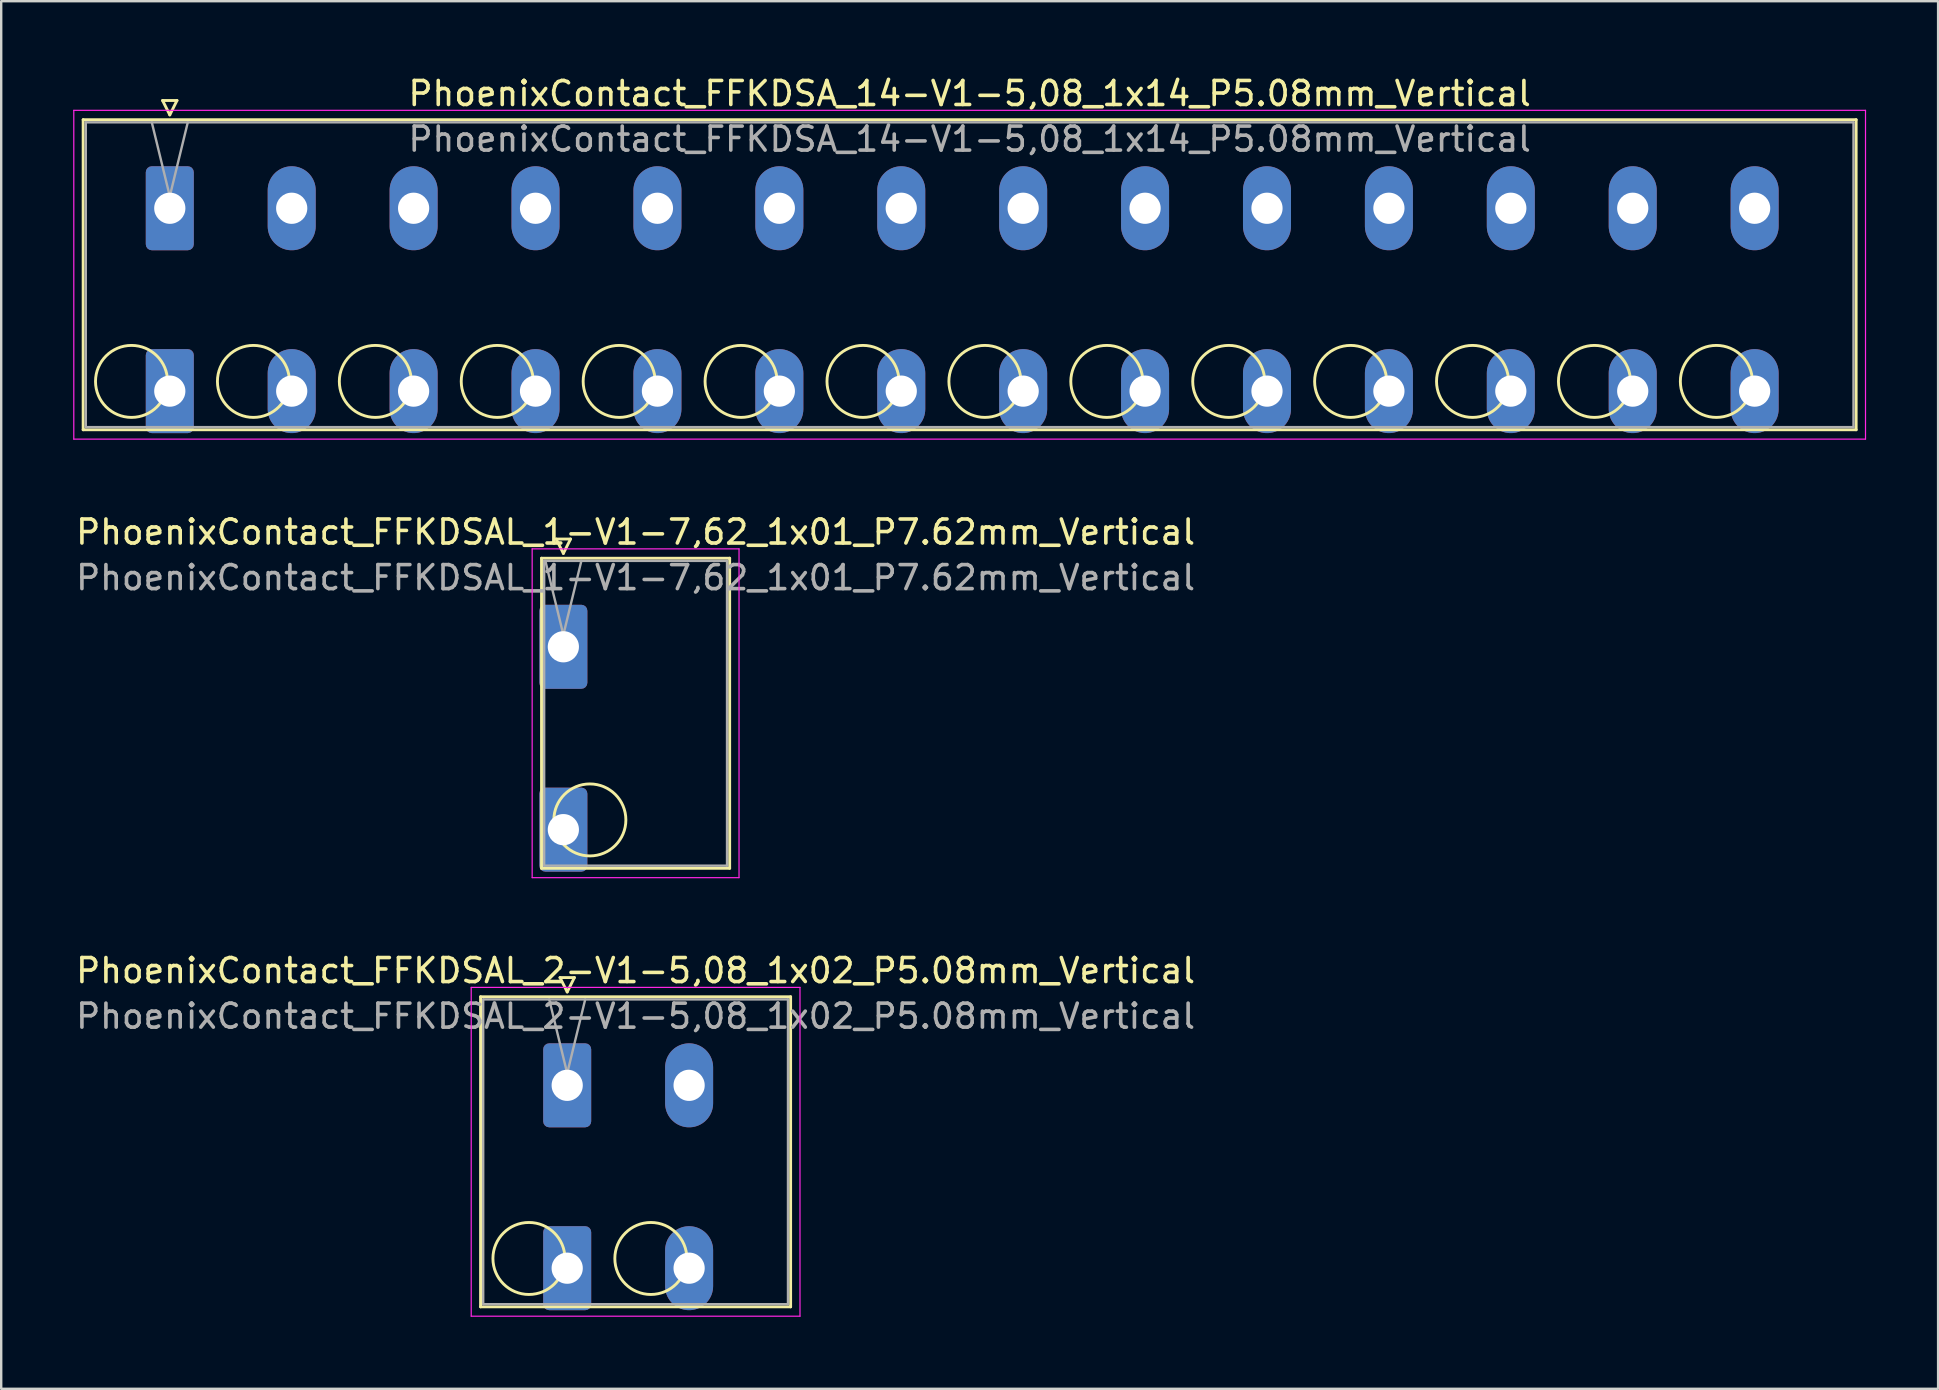
<source format=kicad_pcb>
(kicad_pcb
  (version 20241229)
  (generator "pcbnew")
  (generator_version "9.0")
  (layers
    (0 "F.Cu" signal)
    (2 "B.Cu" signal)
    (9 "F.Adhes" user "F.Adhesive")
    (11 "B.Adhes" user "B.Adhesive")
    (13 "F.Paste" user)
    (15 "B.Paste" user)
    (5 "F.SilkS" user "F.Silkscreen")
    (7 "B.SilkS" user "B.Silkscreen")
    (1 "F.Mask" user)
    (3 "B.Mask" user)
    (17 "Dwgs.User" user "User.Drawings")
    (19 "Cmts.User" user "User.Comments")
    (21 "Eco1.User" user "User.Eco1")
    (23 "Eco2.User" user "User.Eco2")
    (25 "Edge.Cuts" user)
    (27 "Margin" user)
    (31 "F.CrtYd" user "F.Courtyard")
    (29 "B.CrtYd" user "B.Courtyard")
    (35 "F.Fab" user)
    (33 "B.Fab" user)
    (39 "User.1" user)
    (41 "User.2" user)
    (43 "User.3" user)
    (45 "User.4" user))
  (footprint "PhoenixContact_FFKDSAL_1-V1-7,62_1x01_P7.62mm_Vertical"
    (layer "F.Cu")
    (at 20.425 23.901)
    (property "Reference" "PhoenixContact_FFKDSAL_1-V1-7,62_1x01_P7.62mm_Vertical" (at 3.01 -4.78 0) (layer "F.SilkS") (effects (font (size 1 1) (thickness 0.15))))
    (attr through_hole)
    (fp_line (start -0.91 -3.69) (end -0.91 9.23) (stroke (width 0.12) (type solid)) (layer "F.SilkS"))
    (fp_line (start -0.91 9.23) (end 6.93 9.23) (stroke (width 0.12) (type solid)) (layer "F.SilkS"))
    (fp_line (start -0.3 -4.49) (end 0.3 -4.49) (stroke (width 0.12) (type solid)) (layer "F.SilkS"))
    (fp_line (start 0 -3.89) (end -0.3 -4.49) (stroke (width 0.12) (type solid)) (layer "F.SilkS"))
    (fp_line (start 0.3 -4.49) (end 0 -3.89) (stroke (width 0.12) (type solid)) (layer "F.SilkS"))
    (fp_line (start 6.93 -3.69) (end -0.91 -3.69) (stroke (width 0.12) (type solid)) (layer "F.SilkS"))
    (fp_line (start 6.93 9.23) (end 6.93 -3.69) (stroke (width 0.12) (type solid)) (layer "F.SilkS"))
    (fp_circle (center 1.105 7.215) (end 2.605 7.215) (stroke (width 0.12) (type solid)) (fill no) (layer "F.SilkS"))
    (fp_line (start -1.3 -4.08) (end -1.3 9.62) (stroke (width 0.05) (type solid)) (layer "F.CrtYd"))
    (fp_line (start -1.3 9.62) (end 7.32 9.62) (stroke (width 0.05) (type solid)) (layer "F.CrtYd"))
    (fp_line (start 7.32 -4.08) (end -1.3 -4.08) (stroke (width 0.05) (type solid)) (layer "F.CrtYd"))
    (fp_line (start 7.32 9.62) (end 7.32 -4.08) (stroke (width 0.05) (type solid)) (layer "F.CrtYd"))
    (fp_line (start -0.8 -3.58) (end -0.8 9.12) (stroke (width 0.1) (type solid)) (layer "F.Fab"))
    (fp_line (start -0.8 9.12) (end 6.82 9.12) (stroke (width 0.1) (type solid)) (layer "F.Fab"))
    (fp_line (start 0 -0.5) (end -0.75 -3.58) (stroke (width 0.1) (type solid)) (layer "F.Fab"))
    (fp_line (start 0.75 -3.58) (end 0 -0.5) (stroke (width 0.1) (type solid)) (layer "F.Fab"))
    (fp_line (start 6.82 -3.58) (end -0.8 -3.58) (stroke (width 0.1) (type solid)) (layer "F.Fab"))
    (fp_line (start 6.82 9.12) (end 6.82 -3.58) (stroke (width 0.1) (type solid)) (layer "F.Fab"))
    (fp_text user "${REFERENCE}" (at 3.01 -2.88 0) (layer "F.Fab") (effects (font (size 1 1) (thickness 0.15))))
    (pad "1" thru_hole roundrect (at 0 0) (size 2 3.5) (drill 1.3) (layers "*.Cu" "*.Mask") (roundrect_rratio 0.125))
    (pad "1" thru_hole roundrect (at 0 7.62) (size 2 3.5) (drill 1.3) (layers "*.Cu" "*.Mask") (roundrect_rratio 0.125)))
  (footprint "PhoenixContact_FFKDSA_14-V1-5,08_1x14_P5.08mm_Vertical"
    (layer "F.Cu")
    (at 4.025 5.628)
    (property "Reference" "PhoenixContact_FFKDSA_14-V1-5,08_1x14_P5.08mm_Vertical" (at 33.33 -4.78 0) (layer "F.SilkS") (effects (font (size 1 1) (thickness 0.15))))
    (attr through_hole)
    (fp_line (start -3.61 -3.69) (end -3.61 9.23) (stroke (width 0.12) (type solid)) (layer "F.SilkS"))
    (fp_line (start -3.61 9.23) (end 70.27 9.23) (stroke (width 0.12) (type solid)) (layer "F.SilkS"))
    (fp_line (start -0.3 -4.49) (end 0.3 -4.49) (stroke (width 0.12) (type solid)) (layer "F.SilkS"))
    (fp_line (start 0 -3.89) (end -0.3 -4.49) (stroke (width 0.12) (type solid)) (layer "F.SilkS"))
    (fp_line (start 0.3 -4.49) (end 0 -3.89) (stroke (width 0.12) (type solid)) (layer "F.SilkS"))
    (fp_line (start 70.27 -3.69) (end -3.61 -3.69) (stroke (width 0.12) (type solid)) (layer "F.SilkS"))
    (fp_line (start 70.27 9.23) (end 70.27 -3.69) (stroke (width 0.12) (type solid)) (layer "F.SilkS"))
    (fp_circle (center -1.595 7.215) (end -0.095 7.215) (stroke (width 0.12) (type solid)) (fill no) (layer "F.SilkS"))
    (fp_circle (center 3.485 7.215) (end 4.985 7.215) (stroke (width 0.12) (type solid)) (fill no) (layer "F.SilkS"))
    (fp_circle (center 8.565 7.215) (end 10.065 7.215) (stroke (width 0.12) (type solid)) (fill no) (layer "F.SilkS"))
    (fp_circle (center 13.645 7.215) (end 15.145 7.215) (stroke (width 0.12) (type solid)) (fill no) (layer "F.SilkS"))
    (fp_circle (center 18.725 7.215) (end 20.225 7.215) (stroke (width 0.12) (type solid)) (fill no) (layer "F.SilkS"))
    (fp_circle (center 23.805 7.215) (end 25.305 7.215) (stroke (width 0.12) (type solid)) (fill no) (layer "F.SilkS"))
    (fp_circle (center 28.885 7.215) (end 30.385 7.215) (stroke (width 0.12) (type solid)) (fill no) (layer "F.SilkS"))
    (fp_circle (center 33.965 7.215) (end 35.465 7.215) (stroke (width 0.12) (type solid)) (fill no) (layer "F.SilkS"))
    (fp_circle (center 39.045 7.215) (end 40.545 7.215) (stroke (width 0.12) (type solid)) (fill no) (layer "F.SilkS"))
    (fp_circle (center 44.125 7.215) (end 45.625 7.215) (stroke (width 0.12) (type solid)) (fill no) (layer "F.SilkS"))
    (fp_circle (center 49.205 7.215) (end 50.705 7.215) (stroke (width 0.12) (type solid)) (fill no) (layer "F.SilkS"))
    (fp_circle (center 54.285 7.215) (end 55.785 7.215) (stroke (width 0.12) (type solid)) (fill no) (layer "F.SilkS"))
    (fp_circle (center 59.365 7.215) (end 60.865 7.215) (stroke (width 0.12) (type solid)) (fill no) (layer "F.SilkS"))
    (fp_circle (center 64.445 7.215) (end 65.945 7.215) (stroke (width 0.12) (type solid)) (fill no) (layer "F.SilkS"))
    (fp_line (start -4 -4.08) (end -4 9.62) (stroke (width 0.05) (type solid)) (layer "F.CrtYd"))
    (fp_line (start -4 9.62) (end 70.66 9.62) (stroke (width 0.05) (type solid)) (layer "F.CrtYd"))
    (fp_line (start 70.66 -4.08) (end -4 -4.08) (stroke (width 0.05) (type solid)) (layer "F.CrtYd"))
    (fp_line (start 70.66 9.62) (end 70.66 -4.08) (stroke (width 0.05) (type solid)) (layer "F.CrtYd"))
    (fp_line (start -3.5 -3.58) (end -3.5 9.12) (stroke (width 0.1) (type solid)) (layer "F.Fab"))
    (fp_line (start -3.5 9.12) (end 70.16 9.12) (stroke (width 0.1) (type solid)) (layer "F.Fab"))
    (fp_line (start 0 -0.5) (end -0.75 -3.58) (stroke (width 0.1) (type solid)) (layer "F.Fab"))
    (fp_line (start 0.75 -3.58) (end 0 -0.5) (stroke (width 0.1) (type solid)) (layer "F.Fab"))
    (fp_line (start 70.16 -3.58) (end -3.5 -3.58) (stroke (width 0.1) (type solid)) (layer "F.Fab"))
    (fp_line (start 70.16 9.12) (end 70.16 -3.58) (stroke (width 0.1) (type solid)) (layer "F.Fab"))
    (fp_text user "${REFERENCE}" (at 33.33 -2.88 0) (layer "F.Fab") (effects (font (size 1 1) (thickness 0.15))))
    (pad "1" thru_hole roundrect (at 0 0) (size 2 3.5) (drill 1.3) (layers "*.Cu" "*.Mask") (roundrect_rratio 0.125))
    (pad "1" thru_hole roundrect (at 0 7.62) (size 2 3.5) (drill 1.3) (layers "*.Cu" "*.Mask") (roundrect_rratio 0.125))
    (pad "2" thru_hole oval (at 5.08 0) (size 2 3.5) (drill 1.3) (layers "*.Cu" "*.Mask"))
    (pad "2" thru_hole oval (at 5.08 7.62) (size 2 3.5) (drill 1.3) (layers "*.Cu" "*.Mask"))
    (pad "3" thru_hole oval (at 10.16 0) (size 2 3.5) (drill 1.3) (layers "*.Cu" "*.Mask"))
    (pad "3" thru_hole oval (at 10.16 7.62) (size 2 3.5) (drill 1.3) (layers "*.Cu" "*.Mask"))
    (pad "4" thru_hole oval (at 15.24 0) (size 2 3.5) (drill 1.3) (layers "*.Cu" "*.Mask"))
    (pad "4" thru_hole oval (at 15.24 7.62) (size 2 3.5) (drill 1.3) (layers "*.Cu" "*.Mask"))
    (pad "5" thru_hole oval (at 20.32 0) (size 2 3.5) (drill 1.3) (layers "*.Cu" "*.Mask"))
    (pad "5" thru_hole oval (at 20.32 7.62) (size 2 3.5) (drill 1.3) (layers "*.Cu" "*.Mask"))
    (pad "6" thru_hole oval (at 25.4 0) (size 2 3.5) (drill 1.3) (layers "*.Cu" "*.Mask"))
    (pad "6" thru_hole oval (at 25.4 7.62) (size 2 3.5) (drill 1.3) (layers "*.Cu" "*.Mask"))
    (pad "7" thru_hole oval (at 30.48 0) (size 2 3.5) (drill 1.3) (layers "*.Cu" "*.Mask"))
    (pad "7" thru_hole oval (at 30.48 7.62) (size 2 3.5) (drill 1.3) (layers "*.Cu" "*.Mask"))
    (pad "8" thru_hole oval (at 35.56 0) (size 2 3.5) (drill 1.3) (layers "*.Cu" "*.Mask"))
    (pad "8" thru_hole oval (at 35.56 7.62) (size 2 3.5) (drill 1.3) (layers "*.Cu" "*.Mask"))
    (pad "9" thru_hole oval (at 40.64 0) (size 2 3.5) (drill 1.3) (layers "*.Cu" "*.Mask"))
    (pad "9" thru_hole oval (at 40.64 7.62) (size 2 3.5) (drill 1.3) (layers "*.Cu" "*.Mask"))
    (pad "10" thru_hole oval (at 45.72 0) (size 2 3.5) (drill 1.3) (layers "*.Cu" "*.Mask"))
    (pad "10" thru_hole oval (at 45.72 7.62) (size 2 3.5) (drill 1.3) (layers "*.Cu" "*.Mask"))
    (pad "11" thru_hole oval (at 50.8 0) (size 2 3.5) (drill 1.3) (layers "*.Cu" "*.Mask"))
    (pad "11" thru_hole oval (at 50.8 7.62) (size 2 3.5) (drill 1.3) (layers "*.Cu" "*.Mask"))
    (pad "12" thru_hole oval (at 55.88 0) (size 2 3.5) (drill 1.3) (layers "*.Cu" "*.Mask"))
    (pad "12" thru_hole oval (at 55.88 7.62) (size 2 3.5) (drill 1.3) (layers "*.Cu" "*.Mask"))
    (pad "13" thru_hole oval (at 60.96 0) (size 2 3.5) (drill 1.3) (layers "*.Cu" "*.Mask"))
    (pad "13" thru_hole oval (at 60.96 7.62) (size 2 3.5) (drill 1.3) (layers "*.Cu" "*.Mask"))
    (pad "14" thru_hole oval (at 66.04 0) (size 2 3.5) (drill 1.3) (layers "*.Cu" "*.Mask"))
    (pad "14" thru_hole oval (at 66.04 7.62) (size 2 3.5) (drill 1.3) (layers "*.Cu" "*.Mask")))
  (footprint "PhoenixContact_FFKDSAL_2-V1-5,08_1x02_P5.08mm_Vertical"
    (layer "F.Cu")
    (at 20.585 42.175)
    (property "Reference" "PhoenixContact_FFKDSAL_2-V1-5,08_1x02_P5.08mm_Vertical" (at 2.85 -4.78 0) (layer "F.SilkS") (effects (font (size 1 1) (thickness 0.15))))
    (attr through_hole)
    (fp_line (start -3.61 -3.69) (end -3.61 9.23) (stroke (width 0.12) (type solid)) (layer "F.SilkS"))
    (fp_line (start -3.61 9.23) (end 9.31 9.23) (stroke (width 0.12) (type solid)) (layer "F.SilkS"))
    (fp_line (start -0.3 -4.49) (end 0.3 -4.49) (stroke (width 0.12) (type solid)) (layer "F.SilkS"))
    (fp_line (start 0 -3.89) (end -0.3 -4.49) (stroke (width 0.12) (type solid)) (layer "F.SilkS"))
    (fp_line (start 0.3 -4.49) (end 0 -3.89) (stroke (width 0.12) (type solid)) (layer "F.SilkS"))
    (fp_line (start 9.31 -3.69) (end -3.61 -3.69) (stroke (width 0.12) (type solid)) (layer "F.SilkS"))
    (fp_line (start 9.31 9.23) (end 9.31 -3.69) (stroke (width 0.12) (type solid)) (layer "F.SilkS"))
    (fp_circle (center -1.595 7.215) (end -0.095 7.215) (stroke (width 0.12) (type solid)) (fill no) (layer "F.SilkS"))
    (fp_circle (center 3.485 7.215) (end 4.985 7.215) (stroke (width 0.12) (type solid)) (fill no) (layer "F.SilkS"))
    (fp_line (start -4 -4.08) (end -4 9.62) (stroke (width 0.05) (type solid)) (layer "F.CrtYd"))
    (fp_line (start -4 9.62) (end 9.7 9.62) (stroke (width 0.05) (type solid)) (layer "F.CrtYd"))
    (fp_line (start 9.7 -4.08) (end -4 -4.08) (stroke (width 0.05) (type solid)) (layer "F.CrtYd"))
    (fp_line (start 9.7 9.62) (end 9.7 -4.08) (stroke (width 0.05) (type solid)) (layer "F.CrtYd"))
    (fp_line (start -3.5 -3.58) (end -3.5 9.12) (stroke (width 0.1) (type solid)) (layer "F.Fab"))
    (fp_line (start -3.5 9.12) (end 9.2 9.12) (stroke (width 0.1) (type solid)) (layer "F.Fab"))
    (fp_line (start 0 -0.5) (end -0.75 -3.58) (stroke (width 0.1) (type solid)) (layer "F.Fab"))
    (fp_line (start 0.75 -3.58) (end 0 -0.5) (stroke (width 0.1) (type solid)) (layer "F.Fab"))
    (fp_line (start 9.2 -3.58) (end -3.5 -3.58) (stroke (width 0.1) (type solid)) (layer "F.Fab"))
    (fp_line (start 9.2 9.12) (end 9.2 -3.58) (stroke (width 0.1) (type solid)) (layer "F.Fab"))
    (fp_text user "${REFERENCE}" (at 2.85 -2.88 0) (layer "F.Fab") (effects (font (size 1 1) (thickness 0.15))))
    (pad "1" thru_hole roundrect (at 0 0) (size 2 3.5) (drill 1.3) (layers "*.Cu" "*.Mask") (roundrect_rratio 0.125))
    (pad "1" thru_hole roundrect (at 0 7.62) (size 2 3.5) (drill 1.3) (layers "*.Cu" "*.Mask") (roundrect_rratio 0.125))
    (pad "2" thru_hole oval (at 5.08 0) (size 2 3.5) (drill 1.3) (layers "*.Cu" "*.Mask"))
    (pad "2" thru_hole oval (at 5.08 7.62) (size 2 3.5) (drill 1.3) (layers "*.Cu" "*.Mask")))
  (gr_rect
    (start -3 -3)
    (end 77.71 54.82)
    (stroke (width 0.1) (type default))
    (fill no)
    (layer "Edge.Cuts")))
</source>
